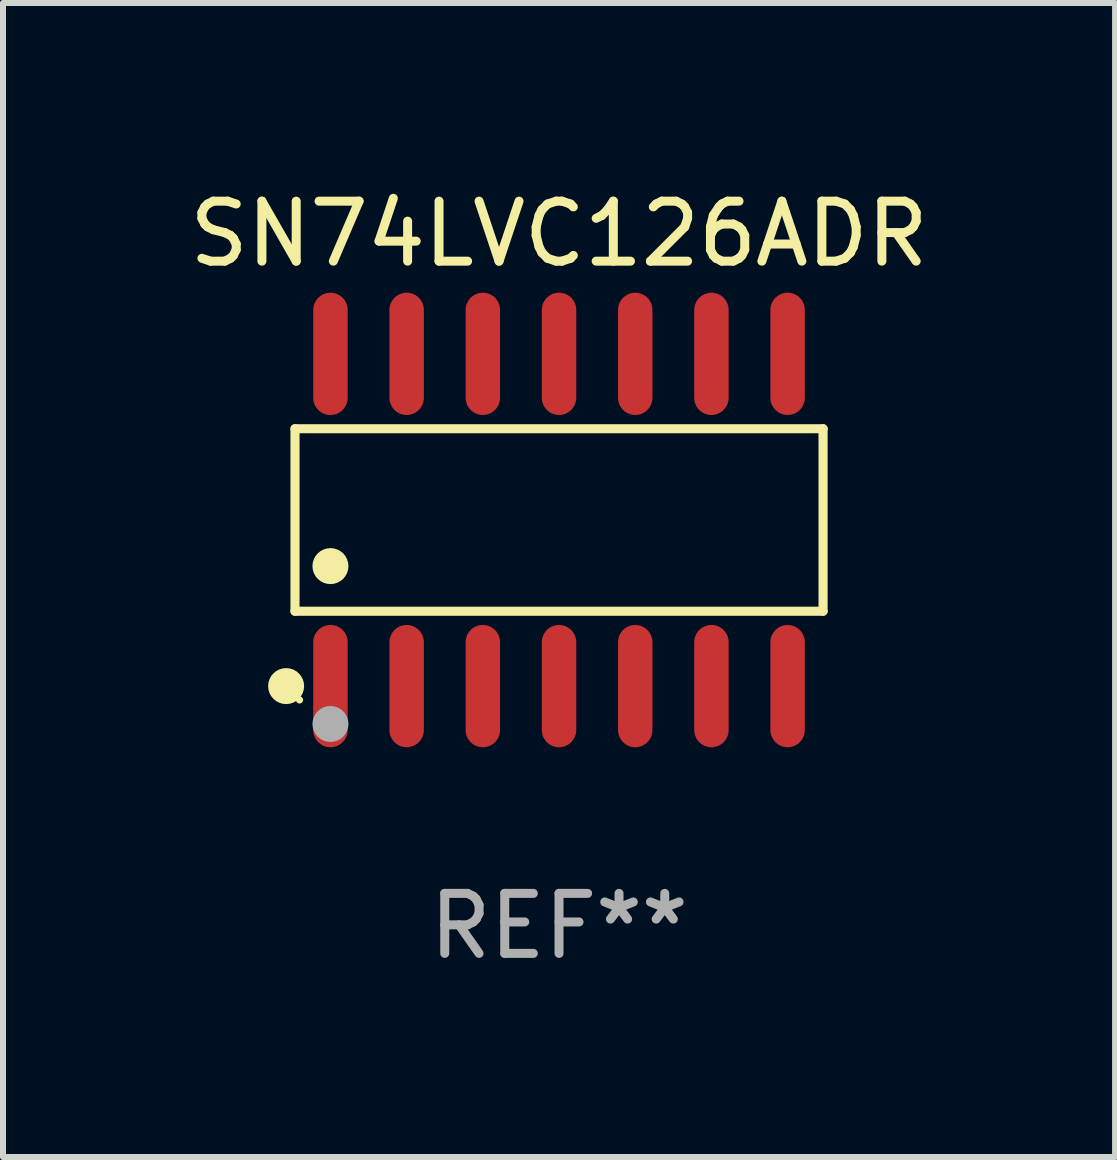
<source format=kicad_pcb>
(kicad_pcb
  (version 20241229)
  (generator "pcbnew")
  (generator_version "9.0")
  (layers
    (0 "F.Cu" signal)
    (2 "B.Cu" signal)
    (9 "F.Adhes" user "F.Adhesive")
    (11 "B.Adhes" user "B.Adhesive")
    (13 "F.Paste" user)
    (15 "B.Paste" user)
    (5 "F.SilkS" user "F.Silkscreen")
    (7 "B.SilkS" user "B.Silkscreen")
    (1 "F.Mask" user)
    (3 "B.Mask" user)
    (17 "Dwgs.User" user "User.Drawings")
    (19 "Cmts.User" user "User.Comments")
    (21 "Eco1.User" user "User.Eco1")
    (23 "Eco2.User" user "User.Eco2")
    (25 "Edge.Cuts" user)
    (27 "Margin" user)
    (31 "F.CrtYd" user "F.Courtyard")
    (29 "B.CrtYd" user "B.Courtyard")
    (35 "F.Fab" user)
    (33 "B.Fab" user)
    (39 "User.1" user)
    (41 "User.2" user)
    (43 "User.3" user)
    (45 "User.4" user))
  (footprint "SN74LVC126ADR"
    (layer "F.Cu")
    (at 6.268 5.617)
    (property "Reference" "SN74LVC126ADR" (at 0 -4.769 0) (layer "F.SilkS") (effects (font (size 1 1) (thickness 0.15))))
    (attr through_hole)
    (fp_line (start -4.401 -1.521) (end 4.401 -1.521) (stroke (width 0.152) (type solid)) (layer "F.SilkS"))
    (fp_line (start -4.401 1.521) (end -4.401 -1.521) (stroke (width 0.152) (type solid)) (layer "F.SilkS"))
    (fp_line (start 4.401 -1.521) (end 4.401 1.521) (stroke (width 0.152) (type solid)) (layer "F.SilkS"))
    (fp_line (start 4.401 1.521) (end -4.401 1.521) (stroke (width 0.152) (type solid)) (layer "F.SilkS"))
    (fp_circle (center -4.549 2.769) (end -4.399 2.769) (stroke (width 0.3) (type solid)) (fill no) (layer "F.SilkS"))
    (fp_circle (center -4.325 3) (end -4.295 3) (stroke (width 0.06) (type solid)) (fill no) (layer "F.SilkS"))
    (fp_circle (center -3.81 0.769) (end -3.66 0.769) (stroke (width 0.3) (type solid)) (fill no) (layer "F.SilkS"))
    (fp_circle (center -3.81 3.4) (end -3.66 3.4) (stroke (width 0.3) (type solid)) (fill no) (layer "F.Fab"))
    (fp_text user "REF**" (at 0 6.769 0) (layer "F.Fab") (effects (font (size 1 1) (thickness 0.15))))
    (pad "1" smd oval (at -3.81 2.769) (size 0.574 2.038) (layers "F.Cu" "F.Mask" "F.Paste"))
    (pad "2" smd oval (at -2.54 2.769) (size 0.574 2.038) (layers "F.Cu" "F.Mask" "F.Paste"))
    (pad "3" smd oval (at -1.27 2.769) (size 0.574 2.038) (layers "F.Cu" "F.Mask" "F.Paste"))
    (pad "4" smd oval (at 0 2.769) (size 0.574 2.038) (layers "F.Cu" "F.Mask" "F.Paste"))
    (pad "5" smd oval (at 1.27 2.769) (size 0.574 2.038) (layers "F.Cu" "F.Mask" "F.Paste"))
    (pad "6" smd oval (at 2.54 2.769) (size 0.574 2.038) (layers "F.Cu" "F.Mask" "F.Paste"))
    (pad "7" smd oval (at 3.81 2.769) (size 0.574 2.038) (layers "F.Cu" "F.Mask" "F.Paste"))
    (pad "8" smd oval (at 3.81 -2.769) (size 0.574 2.038) (layers "F.Cu" "F.Mask" "F.Paste"))
    (pad "9" smd oval (at 2.54 -2.769) (size 0.574 2.038) (layers "F.Cu" "F.Mask" "F.Paste"))
    (pad "10" smd oval (at 1.27 -2.769) (size 0.574 2.038) (layers "F.Cu" "F.Mask" "F.Paste"))
    (pad "11" smd oval (at 0 -2.769) (size 0.574 2.038) (layers "F.Cu" "F.Mask" "F.Paste"))
    (pad "12" smd oval (at -1.27 -2.769) (size 0.574 2.038) (layers "F.Cu" "F.Mask" "F.Paste"))
    (pad "13" smd oval (at -2.54 -2.769) (size 0.574 2.038) (layers "F.Cu" "F.Mask" "F.Paste"))
    (pad "14" smd oval (at -3.81 -2.769) (size 0.574 2.038) (layers "F.Cu" "F.Mask" "F.Paste")))
  (gr_rect
    (start -3 -3)
    (end 15.536 16.235)
    (stroke (width 0.1) (type default))
    (fill no)
    (layer "Edge.Cuts")))
</source>
